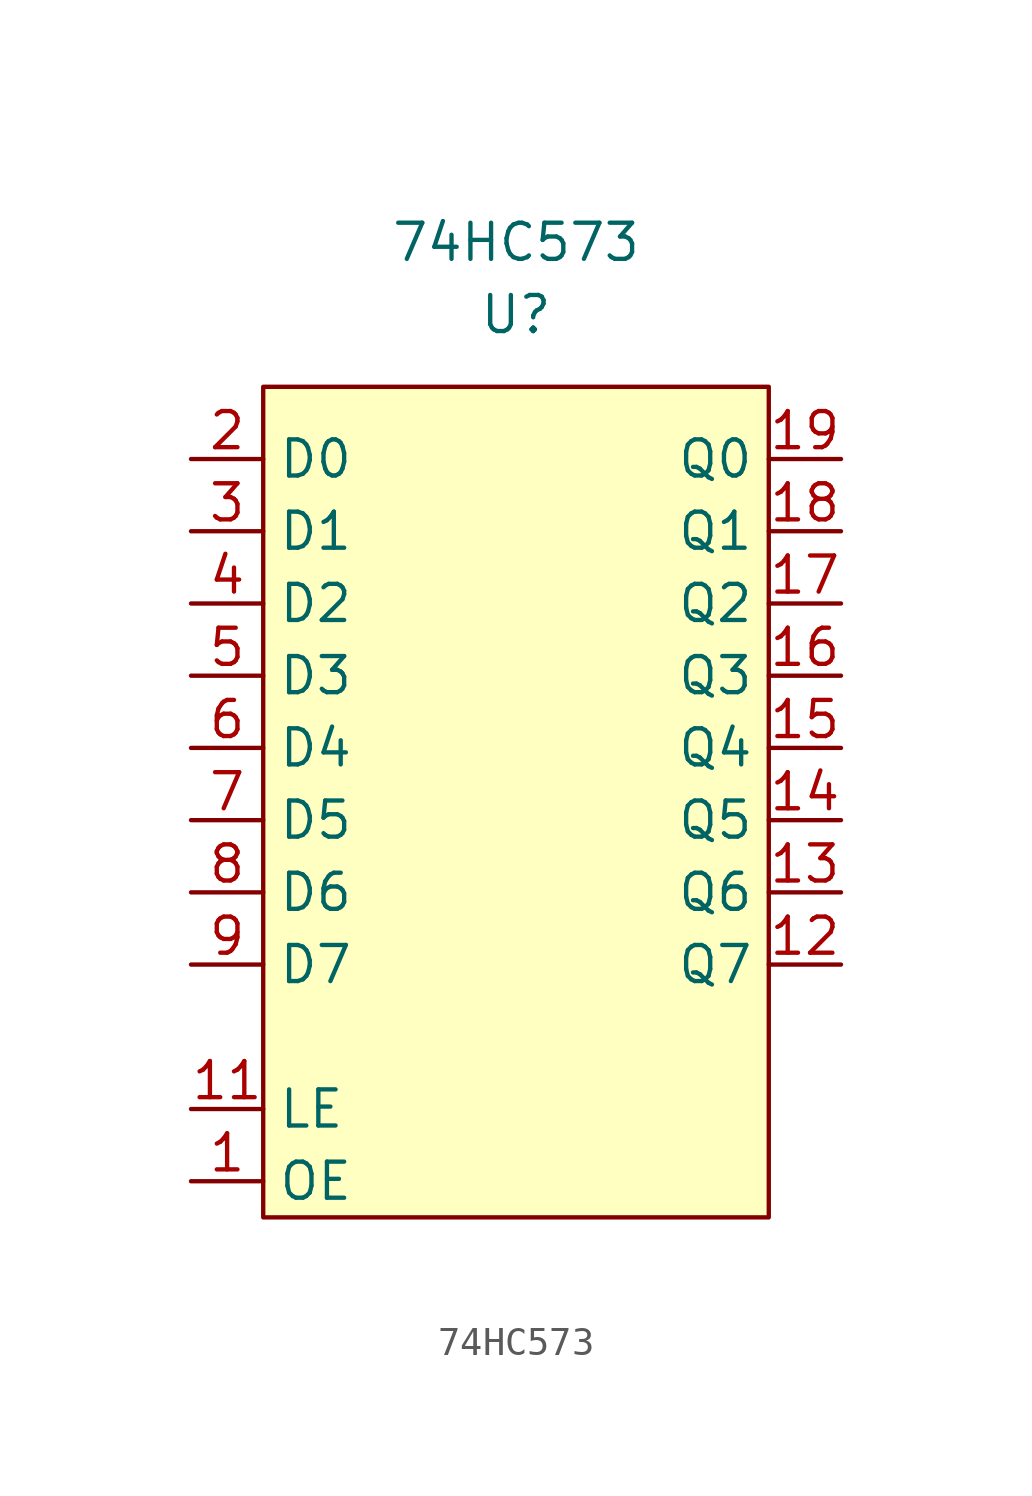
<source format=kicad_sym>
(kicad_symbol_lib
  (version 20211014)
  (generator kicad_symbol_editor)
  (symbol "74HC573"
    (property "Reference" "U"
      (at 0 2.54 0)
      (effects (font (size 1.27 1.27))))
    (property "Value" "74HC573"
      (at 0 5.08 0)
      (effects (font (size 1.27 1.27))))
    (symbol "74HC573_0_1"
      (rectangle (start -8.89 0) (end 8.89 -29.21) (stroke (width 0) (type default) (color 0 0 0 0)) (fill (type background))))
    (symbol "74HC573_1_1"
      (pin input line (at -11.43 -27.94 0) (length 2.54) (name "OE" (effects (font (size 1.27 1.27)))) (number "1" (effects (font (size 1.27 1.27)))))
      (pin input line (at -11.43 -25.4 0) (length 2.54) (name "LE" (effects (font (size 1.27 1.27)))) (number "11" (effects (font (size 1.27 1.27)))))
      (pin input line (at 11.43 -20.32 180) (length 2.54) (name "Q7" (effects (font (size 1.27 1.27)))) (number "12" (effects (font (size 1.27 1.27)))))
      (pin input line (at 11.43 -17.78 180) (length 2.54) (name "Q6" (effects (font (size 1.27 1.27)))) (number "13" (effects (font (size 1.27 1.27)))))
      (pin input line (at 11.43 -15.24 180) (length 2.54) (name "Q5" (effects (font (size 1.27 1.27)))) (number "14" (effects (font (size 1.27 1.27)))))
      (pin input line (at 11.43 -12.7 180) (length 2.54) (name "Q4" (effects (font (size 1.27 1.27)))) (number "15" (effects (font (size 1.27 1.27)))))
      (pin input line (at 11.43 -10.16 180) (length 2.54) (name "Q3" (effects (font (size 1.27 1.27)))) (number "16" (effects (font (size 1.27 1.27)))))
      (pin input line (at 11.43 -7.62 180) (length 2.54) (name "Q2" (effects (font (size 1.27 1.27)))) (number "17" (effects (font (size 1.27 1.27)))))
      (pin input line (at 11.43 -5.08 180) (length 2.54) (name "Q1" (effects (font (size 1.27 1.27)))) (number "18" (effects (font (size 1.27 1.27)))))
      (pin input line (at 11.43 -2.54 180) (length 2.54) (name "Q0" (effects (font (size 1.27 1.27)))) (number "19" (effects (font (size 1.27 1.27)))))
      (pin input line (at -11.43 -2.54 0) (length 2.54) (name "D0" (effects (font (size 1.27 1.27)))) (number "2" (effects (font (size 1.27 1.27)))))
      (pin input line (at -11.43 -5.08 0) (length 2.54) (name "D1" (effects (font (size 1.27 1.27)))) (number "3" (effects (font (size 1.27 1.27)))))
      (pin input line (at -11.43 -7.62 0) (length 2.54) (name "D2" (effects (font (size 1.27 1.27)))) (number "4" (effects (font (size 1.27 1.27)))))
      (pin input line (at -11.43 -10.16 0) (length 2.54) (name "D3" (effects (font (size 1.27 1.27)))) (number "5" (effects (font (size 1.27 1.27)))))
      (pin input line (at -11.43 -12.7 0) (length 2.54) (name "D4" (effects (font (size 1.27 1.27)))) (number "6" (effects (font (size 1.27 1.27)))))
      (pin input line (at -11.43 -15.24 0) (length 2.54) (name "D5" (effects (font (size 1.27 1.27)))) (number "7" (effects (font (size 1.27 1.27)))))
      (pin input line (at -11.43 -17.78 0) (length 2.54) (name "D6" (effects (font (size 1.27 1.27)))) (number "8" (effects (font (size 1.27 1.27)))))
      (pin input line (at -11.43 -20.32 0) (length 2.54) (name "D7" (effects (font (size 1.27 1.27)))) (number "9" (effects (font (size 1.27 1.27))))))))
</source>
